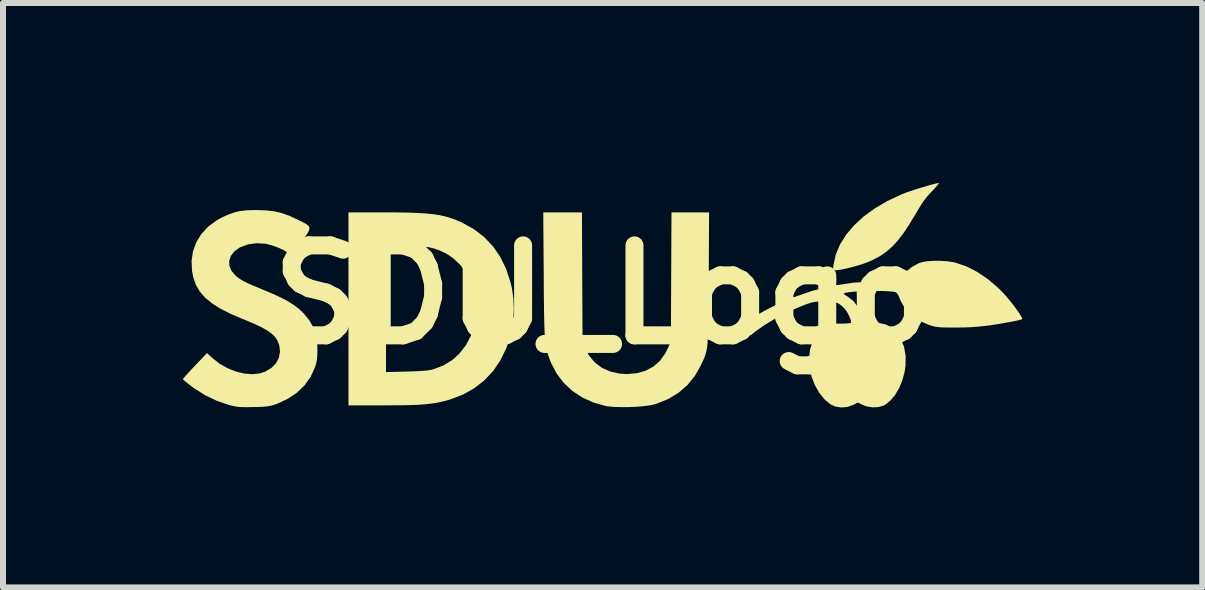
<source format=kicad_pcb>
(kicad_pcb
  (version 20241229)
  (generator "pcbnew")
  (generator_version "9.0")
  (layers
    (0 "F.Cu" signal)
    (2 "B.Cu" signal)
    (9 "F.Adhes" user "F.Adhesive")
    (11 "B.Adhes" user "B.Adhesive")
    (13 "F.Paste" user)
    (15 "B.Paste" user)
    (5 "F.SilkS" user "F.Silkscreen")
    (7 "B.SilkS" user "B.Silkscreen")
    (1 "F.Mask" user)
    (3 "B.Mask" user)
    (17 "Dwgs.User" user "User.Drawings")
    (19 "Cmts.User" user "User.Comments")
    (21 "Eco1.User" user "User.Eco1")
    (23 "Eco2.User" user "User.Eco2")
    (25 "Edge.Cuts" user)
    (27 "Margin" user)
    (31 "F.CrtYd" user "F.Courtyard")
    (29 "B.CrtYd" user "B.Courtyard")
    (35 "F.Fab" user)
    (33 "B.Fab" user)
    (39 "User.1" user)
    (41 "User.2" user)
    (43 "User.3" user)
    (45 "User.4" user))
  (footprint "SDU_Logo"
    (layer "F.Cu")
    (at 6.993 1.863)
    (property "Reference" "SDU_Logo" (at 0 0 0) (layer "F.SilkS") (effects (font (size 1.5 1.5) (thickness 0.3))))
    (attr board_only exclude_from_pos_files exclude_from_bom)
    (fp_poly (pts (xy 5.608 -1.852) (xy 5.586 -1.822) (xy 5.547 -1.778) (xy 5.519 -1.748) (xy 5.458 -1.684) (xy 5.409 -1.629) (xy 5.366 -1.573) (xy 5.323 -1.511) (xy 5.275 -1.433) (xy 5.224 -1.346) (xy 5.118 -1.172) (xy 5.021 -1.025) (xy 4.927 -0.903) (xy 4.834 -0.802) (xy 4.738 -0.718) (xy 4.636 -0.647) (xy 4.522 -0.585) (xy 4.428 -0.543) (xy 4.357 -0.517) (xy 4.268 -0.489) (xy 4.171 -0.462) (xy 4.075 -0.438) (xy 3.988 -0.419) (xy 3.919 -0.409) (xy 3.89 -0.407) (xy 3.863 -0.408) (xy 3.85 -0.418) (xy 3.848 -0.445) (xy 3.854 -0.495) (xy 3.892 -0.668) (xy 3.963 -0.837) (xy 4.064 -0.999) (xy 4.195 -1.154) (xy 4.353 -1.3) (xy 4.538 -1.435) (xy 4.748 -1.559) (xy 4.981 -1.669) (xy 5.021 -1.685) (xy 5.081 -1.708) (xy 5.159 -1.734) (xy 5.247 -1.763) (xy 5.339 -1.791) (xy 5.428 -1.817) (xy 5.506 -1.839) (xy 5.568 -1.855) (xy 5.607 -1.862) (xy 5.612 -1.863)) (stroke (width 0) (type solid)) (fill yes) (layer "F.SilkS"))
    (fp_poly (pts (xy -0.335 -0.292) (xy -0.33 0.787) (xy -0.291 0.885) (xy -0.219 1.02) (xy -0.124 1.132) (xy -0.007 1.22) (xy 0.13 1.281) (xy 0.285 1.316) (xy 0.406 1.324) (xy 0.574 1.31) (xy 0.723 1.268) (xy 0.852 1.198) (xy 0.961 1.102) (xy 1.05 0.978) (xy 1.104 0.868) (xy 1.143 0.77) (xy 1.148 -0.301) (xy 1.153 -1.372) (xy 1.466 -1.372) (xy 1.78 -1.372) (xy 1.774 -0.275) (xy 1.773 -0.047) (xy 1.771 0.15) (xy 1.77 0.319) (xy 1.768 0.463) (xy 1.766 0.584) (xy 1.762 0.685) (xy 1.757 0.77) (xy 1.751 0.84) (xy 1.743 0.899) (xy 1.733 0.95) (xy 1.72 0.995) (xy 1.706 1.037) (xy 1.688 1.08) (xy 1.667 1.125) (xy 1.643 1.176) (xy 1.643 1.177) (xy 1.544 1.353) (xy 1.421 1.505) (xy 1.275 1.632) (xy 1.106 1.736) (xy 0.912 1.815) (xy 0.864 1.83) (xy 0.783 1.847) (xy 0.678 1.86) (xy 0.556 1.87) (xy 0.428 1.875) (xy 0.301 1.875) (xy 0.184 1.871) (xy 0.087 1.862) (xy 0.051 1.855) (xy -0.153 1.797) (xy -0.338 1.712) (xy -0.503 1.603) (xy -0.644 1.47) (xy -0.762 1.316) (xy -0.853 1.141) (xy -0.871 1.098) (xy -0.89 1.046) (xy -0.906 0.999) (xy -0.921 0.953) (xy -0.932 0.905) (xy -0.942 0.853) (xy -0.95 0.794) (xy -0.957 0.725) (xy -0.962 0.642) (xy -0.966 0.544) (xy -0.969 0.426) (xy -0.972 0.286) (xy -0.974 0.122) (xy -0.976 -0.07) (xy -0.977 -0.293) (xy -0.977 -0.318) (xy -0.985 -1.372) (xy -0.663 -1.372) (xy -0.34 -1.372)) (stroke (width 0) (type solid)) (fill yes) (layer "F.SilkS"))
    (fp_poly (pts (xy -3.42 -1.371) (xy -3.233 -1.368) (xy -3.073 -1.362) (xy -2.935 -1.353) (xy -2.815 -1.341) (xy -2.709 -1.324) (xy -2.613 -1.303) (xy -2.524 -1.276) (xy -2.437 -1.244) (xy -2.349 -1.206) (xy -2.339 -1.201) (xy -2.142 -1.092) (xy -1.971 -0.961) (xy -1.824 -0.806) (xy -1.701 -0.629) (xy -1.604 -0.428) (xy -1.531 -0.205) (xy -1.506 -0.101) (xy -1.483 0.065) (xy -1.476 0.246) (xy -1.485 0.427) (xy -1.51 0.596) (xy -1.524 0.658) (xy -1.599 0.887) (xy -1.698 1.092) (xy -1.821 1.273) (xy -1.967 1.429) (xy -2.136 1.561) (xy -2.328 1.668) (xy -2.542 1.749) (xy -2.613 1.769) (xy -2.694 1.789) (xy -2.776 1.805) (xy -2.864 1.818) (xy -2.961 1.828) (xy -3.072 1.836) (xy -3.201 1.841) (xy -3.353 1.844) (xy -3.531 1.845) (xy -3.665 1.846) (xy -4.233 1.846) (xy -4.233 0.237) (xy -3.607 0.237) (xy -3.607 1.291) (xy -3.264 1.282) (xy -3.123 1.278) (xy -3.011 1.272) (xy -2.924 1.264) (xy -2.858 1.254) (xy -2.819 1.245) (xy -2.652 1.181) (xy -2.503 1.091) (xy -2.385 0.985) (xy -2.276 0.845) (xy -2.193 0.689) (xy -2.137 0.521) (xy -2.106 0.346) (xy -2.103 0.168) (xy -2.126 -0.008) (xy -2.175 -0.177) (xy -2.25 -0.334) (xy -2.353 -0.477) (xy -2.376 -0.502) (xy -2.483 -0.604) (xy -2.593 -0.68) (xy -2.718 -0.739) (xy -2.773 -0.758) (xy -2.82 -0.773) (xy -2.864 -0.784) (xy -2.911 -0.793) (xy -2.967 -0.799) (xy -3.039 -0.803) (xy -3.131 -0.806) (xy -3.251 -0.809) (xy -3.255 -0.809) (xy -3.607 -0.816) (xy -3.607 0.237) (xy -4.233 0.237) (xy -4.233 0.237) (xy -4.233 -1.372) (xy -3.636 -1.372)) (stroke (width 0) (type solid)) (fill yes) (layer "F.SilkS"))
    (fp_poly (pts (xy -5.757 -1.411) (xy -5.602 -1.405) (xy -5.469 -1.389) (xy -5.345 -1.36) (xy -5.219 -1.315) (xy -5.088 -1.254) (xy -4.999 -1.211) (xy -4.935 -1.176) (xy -4.897 -1.145) (xy -4.882 -1.113) (xy -4.889 -1.073) (xy -4.918 -1.02) (xy -4.966 -0.948) (xy -5.013 -0.882) (xy -5.066 -0.807) (xy -5.113 -0.743) (xy -5.15 -0.694) (xy -5.174 -0.666) (xy -5.181 -0.66) (xy -5.202 -0.67) (xy -5.235 -0.693) (xy -5.238 -0.695) (xy -5.309 -0.74) (xy -5.403 -0.784) (xy -5.505 -0.821) (xy -5.604 -0.846) (xy -5.619 -0.849) (xy -5.766 -0.858) (xy -5.908 -0.838) (xy -6.037 -0.79) (xy -6.051 -0.783) (xy -6.136 -0.721) (xy -6.193 -0.647) (xy -6.221 -0.566) (xy -6.218 -0.481) (xy -6.184 -0.398) (xy -6.123 -0.325) (xy -6.082 -0.29) (xy -6.038 -0.258) (xy -5.985 -0.227) (xy -5.918 -0.193) (xy -5.832 -0.155) (xy -5.722 -0.109) (xy -5.664 -0.085) (xy -5.497 -0.015) (xy -5.358 0.049) (xy -5.242 0.11) (xy -5.146 0.171) (xy -5.064 0.233) (xy -4.992 0.3) (xy -4.977 0.316) (xy -4.882 0.432) (xy -4.815 0.553) (xy -4.773 0.684) (xy -4.753 0.834) (xy -4.751 0.914) (xy -4.752 1.009) (xy -4.758 1.083) (xy -4.771 1.146) (xy -4.79 1.207) (xy -4.862 1.367) (xy -4.963 1.509) (xy -5.091 1.633) (xy -5.243 1.736) (xy -5.42 1.818) (xy -5.438 1.825) (xy -5.492 1.843) (xy -5.542 1.855) (xy -5.596 1.864) (xy -5.663 1.869) (xy -5.75 1.873) (xy -5.817 1.874) (xy -5.921 1.876) (xy -6 1.875) (xy -6.064 1.871) (xy -6.122 1.863) (xy -6.182 1.85) (xy -6.231 1.837) (xy -6.426 1.771) (xy -6.622 1.677) (xy -6.809 1.559) (xy -6.845 1.532) (xy -6.905 1.486) (xy -6.953 1.446) (xy -6.985 1.419) (xy -6.993 1.408) (xy -6.982 1.393) (xy -6.952 1.357) (xy -6.905 1.305) (xy -6.846 1.242) (xy -6.793 1.185) (xy -6.592 0.974) (xy -6.499 1.059) (xy -6.379 1.153) (xy -6.247 1.227) (xy -6.108 1.282) (xy -5.969 1.316) (xy -5.834 1.326) (xy -5.709 1.313) (xy -5.62 1.283) (xy -5.516 1.22) (xy -5.44 1.141) (xy -5.392 1.049) (xy -5.374 0.949) (xy -5.387 0.843) (xy -5.419 0.761) (xy -5.455 0.707) (xy -5.507 0.655) (xy -5.578 0.603) (xy -5.673 0.549) (xy -5.793 0.491) (xy -5.941 0.428) (xy -6.001 0.404) (xy -6.201 0.318) (xy -6.371 0.232) (xy -6.51 0.143) (xy -6.623 0.05) (xy -6.71 -0.05) (xy -6.774 -0.158) (xy -6.818 -0.278) (xy -6.841 -0.392) (xy -6.849 -0.562) (xy -6.825 -0.724) (xy -6.77 -0.874) (xy -6.686 -1.011) (xy -6.573 -1.133) (xy -6.433 -1.237) (xy -6.342 -1.288) (xy -6.233 -1.337) (xy -6.135 -1.372) (xy -6.037 -1.395) (xy -5.928 -1.407) (xy -5.799 -1.411)) (stroke (width 0) (type solid)) (fill yes) (layer "F.SilkS"))
    (fp_poly (pts (xy 5.645 -0.564) (xy 5.759 -0.556) (xy 5.86 -0.54) (xy 5.884 -0.535) (xy 6.068 -0.472) (xy 6.251 -0.379) (xy 6.431 -0.257) (xy 6.604 -0.109) (xy 6.681 -0.031) (xy 6.738 0.032) (xy 6.797 0.103) (xy 6.856 0.177) (xy 6.909 0.249) (xy 6.953 0.313) (xy 6.985 0.364) (xy 7.001 0.398) (xy 7.002 0.407) (xy 6.983 0.415) (xy 6.938 0.427) (xy 6.873 0.441) (xy 6.803 0.455) (xy 6.619 0.487) (xy 6.458 0.512) (xy 6.312 0.529) (xy 6.171 0.541) (xy 6.028 0.547) (xy 5.893 0.548) (xy 5.781 0.548) (xy 5.695 0.547) (xy 5.631 0.544) (xy 5.579 0.539) (xy 5.535 0.531) (xy 5.491 0.519) (xy 5.444 0.504) (xy 5.288 0.436) (xy 5.158 0.349) (xy 5.055 0.242) (xy 4.98 0.116) (xy 4.96 0.069) (xy 4.931 0.002) (xy 4.902 -0.034) (xy 4.888 -0.042) (xy 4.838 -0.051) (xy 4.764 -0.057) (xy 4.672 -0.061) (xy 4.568 -0.062) (xy 4.458 -0.061) (xy 4.348 -0.058) (xy 4.244 -0.053) (xy 4.154 -0.046) (xy 4.082 -0.037) (xy 4.036 -0.027) (xy 4.026 -0.023) (xy 4.03 -0.01) (xy 4.059 0.013) (xy 4.095 0.035) (xy 4.187 0.107) (xy 4.26 0.205) (xy 4.314 0.33) (xy 4.336 0.411) (xy 4.35 0.467) (xy 4.364 0.495) (xy 4.379 0.5) (xy 4.384 0.499) (xy 4.414 0.492) (xy 4.466 0.485) (xy 4.53 0.479) (xy 4.534 0.479) (xy 4.642 0.478) (xy 4.731 0.498) (xy 4.809 0.542) (xy 4.886 0.613) (xy 4.89 0.617) (xy 4.974 0.734) (xy 5.03 0.868) (xy 5.057 1.018) (xy 5.055 1.184) (xy 5.04 1.287) (xy 5.003 1.427) (xy 4.949 1.557) (xy 4.881 1.672) (xy 4.803 1.766) (xy 4.718 1.834) (xy 4.688 1.85) (xy 4.603 1.875) (xy 4.504 1.879) (xy 4.403 1.862) (xy 4.342 1.839) (xy 4.257 1.799) (xy 4.181 1.839) (xy 4.085 1.873) (xy 3.982 1.881) (xy 3.882 1.865) (xy 3.808 1.831) (xy 3.704 1.746) (xy 3.613 1.631) (xy 3.548 1.516) (xy 3.494 1.383) (xy 3.462 1.256) (xy 3.449 1.122) (xy 3.448 1.067) (xy 3.463 0.915) (xy 3.505 0.78) (xy 3.573 0.664) (xy 3.664 0.57) (xy 3.716 0.534) (xy 3.756 0.511) (xy 3.791 0.496) (xy 3.83 0.487) (xy 3.883 0.484) (xy 3.958 0.483) (xy 3.974 0.483) (xy 4.062 0.481) (xy 4.12 0.476) (xy 4.147 0.468) (xy 4.149 0.464) (xy 4.139 0.414) (xy 4.113 0.35) (xy 4.078 0.285) (xy 4.04 0.234) (xy 4.037 0.23) (xy 3.982 0.178) (xy 3.931 0.144) (xy 3.874 0.123) (xy 3.803 0.113) (xy 3.709 0.111) (xy 3.7 0.111) (xy 3.612 0.114) (xy 3.543 0.12) (xy 3.479 0.134) (xy 3.405 0.158) (xy 3.378 0.168) (xy 3.138 0.267) (xy 2.904 0.386) (xy 2.706 0.506) (xy 2.636 0.554) (xy 2.576 0.597) (xy 2.531 0.63) (xy 2.507 0.65) (xy 2.507 0.651) (xy 2.482 0.672) (xy 2.458 0.671) (xy 2.428 0.644) (xy 2.389 0.591) (xy 2.33 0.505) (xy 2.372 0.472) (xy 2.451 0.416) (xy 2.556 0.351) (xy 2.678 0.283) (xy 2.811 0.213) (xy 2.948 0.146) (xy 3.082 0.086) (xy 3.173 0.049) (xy 3.511 -0.067) (xy 3.847 -0.149) (xy 4.184 -0.2) (xy 4.525 -0.218) (xy 4.655 -0.217) (xy 4.936 -0.21) (xy 4.995 -0.301) (xy 5.07 -0.39) (xy 5.167 -0.466) (xy 5.276 -0.524) (xy 5.337 -0.544) (xy 5.422 -0.558) (xy 5.529 -0.565)) (stroke (width 0) (type solid)) (fill yes) (layer "F.SilkS")))
  (gr_rect
    (start -3 -3)
    (end 16.995 6.744)
    (stroke (width 0.1) (type default))
    (fill no)
    (layer "Edge.Cuts")))
</source>
